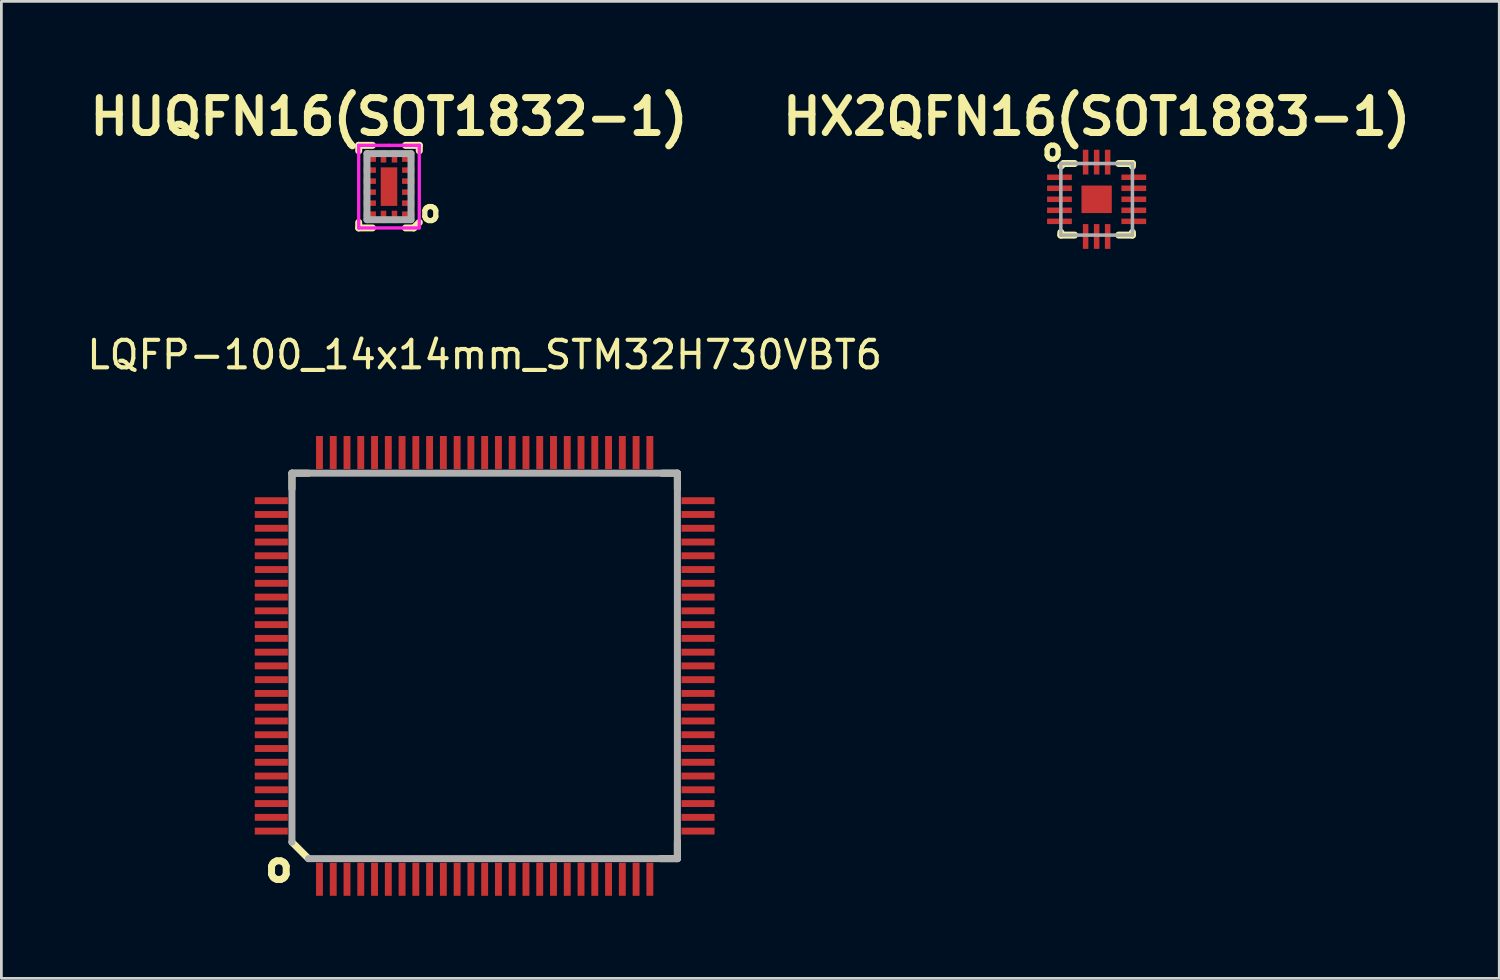
<source format=kicad_pcb>
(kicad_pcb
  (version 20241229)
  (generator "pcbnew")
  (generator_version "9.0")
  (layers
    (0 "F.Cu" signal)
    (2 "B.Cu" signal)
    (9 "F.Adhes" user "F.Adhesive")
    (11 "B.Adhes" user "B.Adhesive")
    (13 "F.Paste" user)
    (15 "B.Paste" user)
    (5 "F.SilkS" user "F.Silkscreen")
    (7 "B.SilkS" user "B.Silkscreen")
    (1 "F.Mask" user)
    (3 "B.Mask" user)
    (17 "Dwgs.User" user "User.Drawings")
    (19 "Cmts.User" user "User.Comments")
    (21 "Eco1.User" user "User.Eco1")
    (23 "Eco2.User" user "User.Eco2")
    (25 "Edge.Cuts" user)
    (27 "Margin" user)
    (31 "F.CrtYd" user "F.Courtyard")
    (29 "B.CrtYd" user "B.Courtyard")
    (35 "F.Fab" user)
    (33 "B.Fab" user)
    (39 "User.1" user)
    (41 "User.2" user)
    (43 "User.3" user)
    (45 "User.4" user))
  (footprint "HUQFN16(SOT1832-1)"
    (layer "F.Cu")
    (at 11.079 3.729)
    (property "Reference" "HUQFN16(SOT1832-1)" (at 0 -2.54 0) (layer "F.SilkS") (effects (font (size 1.27 1.27) (thickness 0.254))))
    (attr smd)
    (fp_line (start -1.1 -1.5) (end -1.1 -1.3) (stroke (width 0.254) (type solid)) (layer "F.SilkS"))
    (fp_line (start -1.1 -1.5) (end -0.6 -1.5) (stroke (width 0.254) (type solid)) (layer "F.SilkS"))
    (fp_line (start -1.1 1.3) (end -1.1 1.5) (stroke (width 0.254) (type solid)) (layer "F.SilkS"))
    (fp_line (start -1.1 1.5) (end -0.6 1.5) (stroke (width 0.254) (type solid)) (layer "F.SilkS"))
    (fp_line (start 0.6 -1.5) (end 1.1 -1.5) (stroke (width 0.254) (type solid)) (layer "F.SilkS"))
    (fp_line (start 0.6 1.5) (end 0.9 1.5) (stroke (width 0.254) (type solid)) (layer "F.SilkS"))
    (fp_line (start 0.9 1.5) (end 1.1 1.3) (stroke (width 0.254) (type solid)) (layer "F.SilkS"))
    (fp_line (start 1.1 -1.5) (end 1.1 -1.3) (stroke (width 0.254) (type solid)) (layer "F.SilkS"))
    (fp_line (start -1.1 -1.5) (end 0 -1.5) (stroke (width 0.12) (type solid)) (layer "F.CrtYd"))
    (fp_line (start -1.1 1.5) (end -1.1 -1.5) (stroke (width 0.12) (type solid)) (layer "F.CrtYd"))
    (fp_line (start 0 -1.5) (end 1.1 -1.5) (stroke (width 0.12) (type solid)) (layer "F.CrtYd"))
    (fp_line (start 1.1 -1.5) (end 1.1 1.5) (stroke (width 0.12) (type solid)) (layer "F.CrtYd"))
    (fp_line (start 1.1 1.5) (end -1.1 1.5) (stroke (width 0.12) (type solid)) (layer "F.CrtYd"))
    (fp_line (start -0.8 -1.2) (end 0.8 -1.2) (stroke (width 0.254) (type solid)) (layer "F.Fab"))
    (fp_line (start -0.8 1.2) (end -0.8 -1.2) (stroke (width 0.254) (type solid)) (layer "F.Fab"))
    (fp_line (start 0.8 -1.2) (end 0.8 1.2) (stroke (width 0.254) (type solid)) (layer "F.Fab"))
    (fp_line (start 0.8 1.2) (end -0.8 1.2) (stroke (width 0.254) (type solid)) (layer "F.Fab"))
    (fp_text user "o" (at 1.5 0.89 0) (layer "F.SilkS") (effects (font (size 0.762 0.762) (thickness 0.191))))
    (pad "" smd rect (at 0 -0.35 90) (size 0.5 0.4) (layers "F.Paste"))
    (pad "" smd rect (at 0 0.35 90) (size 0.5 0.4) (layers "F.Paste"))
    (pad "1" smd rect (at 0.7 1) (size 0.45 0.2) (layers "F.Cu" "F.Mask" "F.Paste"))
    (pad "2" smd rect (at 0.7 0.6) (size 0.45 0.2) (layers "F.Cu" "F.Mask" "F.Paste"))
    (pad "3" smd rect (at 0.7 0.2) (size 0.45 0.2) (layers "F.Cu" "F.Mask" "F.Paste"))
    (pad "4" smd rect (at 0.7 -0.2) (size 0.45 0.2) (layers "F.Cu" "F.Mask" "F.Paste"))
    (pad "5" smd rect (at 0.7 -0.6) (size 0.45 0.2) (layers "F.Cu" "F.Mask" "F.Paste"))
    (pad "6" smd rect (at 0.7 -1) (size 0.45 0.2) (layers "F.Cu" "F.Mask" "F.Paste"))
    (pad "7" smd rect (at 0.2 -1.1 90) (size 0.45 0.2) (layers "F.Cu" "F.Mask" "F.Paste"))
    (pad "8" smd rect (at -0.2 -1.1 90) (size 0.45 0.2) (layers "F.Cu" "F.Mask" "F.Paste"))
    (pad "9" smd rect (at -0.7 -1) (size 0.45 0.2) (layers "F.Cu" "F.Mask" "F.Paste"))
    (pad "10" smd rect (at -0.7 -0.6) (size 0.45 0.2) (layers "F.Cu" "F.Mask" "F.Paste"))
    (pad "11" smd rect (at -0.7 -0.2) (size 0.45 0.2) (layers "F.Cu" "F.Mask" "F.Paste"))
    (pad "12" smd rect (at -0.7 0.2) (size 0.45 0.2) (layers "F.Cu" "F.Mask" "F.Paste"))
    (pad "13" smd rect (at -0.7 0.6) (size 0.45 0.2) (layers "F.Cu" "F.Mask" "F.Paste"))
    (pad "14" smd rect (at -0.7 1) (size 0.45 0.2) (layers "F.Cu" "F.Mask" "F.Paste"))
    (pad "15" smd rect (at -0.2 1.1 90) (size 0.45 0.2) (layers "F.Cu" "F.Mask" "F.Paste"))
    (pad "16" smd rect (at 0.2 1.1 90) (size 0.45 0.2) (layers "F.Cu" "F.Mask" "F.Paste"))
    (pad "17" smd rect (at 0 0 90) (size 1.4 0.6) (layers "F.Cu" "F.Mask")))
  (footprint "HX2QFN16(SOT1883-1)"
    (layer "F.Cu")
    (at 36.782 4.189)
    (property "Reference" "HX2QFN16(SOT1883-1)" (at 0 -3 0) (layer "F.SilkS") (effects (font (size 1.27 1.27) (thickness 0.254))))
    (attr smd)
    (fp_line (start -1.3 -1.2) (end -1.2 -1.3) (stroke (width 0.254) (type solid)) (layer "F.SilkS"))
    (fp_line (start -1.3 1.2) (end -1.3 1.3) (stroke (width 0.254) (type solid)) (layer "F.SilkS"))
    (fp_line (start -1.3 1.3) (end -0.8 1.3) (stroke (width 0.254) (type solid)) (layer "F.SilkS"))
    (fp_line (start -1.2 -1.3) (end -0.8 -1.3) (stroke (width 0.254) (type solid)) (layer "F.SilkS"))
    (fp_line (start 0.8 1.3) (end 1.3 1.3) (stroke (width 0.254) (type solid)) (layer "F.SilkS"))
    (fp_line (start 1.3 -1.3) (end 0.8 -1.3) (stroke (width 0.254) (type solid)) (layer "F.SilkS"))
    (fp_line (start 1.3 -1.2) (end 1.3 -1.3) (stroke (width 0.254) (type solid)) (layer "F.SilkS"))
    (fp_line (start 1.3 1.3) (end 1.3 1.2) (stroke (width 0.254) (type solid)) (layer "F.SilkS"))
    (fp_line (start -1.3 -1.3) (end 1.3 -1.3) (stroke (width 0.127) (type solid)) (layer "F.Fab"))
    (fp_line (start -1.3 1.3) (end -1.3 -1.3) (stroke (width 0.127) (type solid)) (layer "F.Fab"))
    (fp_line (start 1.3 -1.3) (end 1.3 1.3) (stroke (width 0.127) (type solid)) (layer "F.Fab"))
    (fp_line (start 1.3 1.3) (end -1.3 1.3) (stroke (width 0.127) (type solid)) (layer "F.Fab"))
    (fp_text user "o" (at -1.6 -1.8 0) (layer "F.SilkS") (effects (font (size 0.762 0.762) (thickness 0.191))))
    (pad "1" smd rect (at -1.35 -0.8) (size 0.9 0.2) (layers "F.Cu" "F.Mask" "F.Paste"))
    (pad "2" smd rect (at -1.35 -0.4) (size 0.9 0.2) (layers "F.Cu" "F.Mask" "F.Paste"))
    (pad "3" smd rect (at -1.35 0) (size 0.9 0.2) (layers "F.Cu" "F.Mask" "F.Paste"))
    (pad "4" smd rect (at -1.35 0.4) (size 0.9 0.2) (layers "F.Cu" "F.Mask" "F.Paste"))
    (pad "5" smd rect (at -1.35 0.8) (size 0.9 0.2) (layers "F.Cu" "F.Mask" "F.Paste"))
    (pad "6" smd rect (at -0.4 1.35 90) (size 0.9 0.2) (layers "F.Cu" "F.Mask" "F.Paste"))
    (pad "7" smd rect (at 0 1.35 90) (size 0.9 0.2) (layers "F.Cu" "F.Mask" "F.Paste"))
    (pad "8" smd rect (at 0.4 1.35 90) (size 0.9 0.2) (layers "F.Cu" "F.Mask" "F.Paste"))
    (pad "9" smd rect (at 1.35 0.8) (size 0.9 0.2) (layers "F.Cu" "F.Mask" "F.Paste"))
    (pad "10" smd rect (at 1.35 0.4) (size 0.9 0.2) (layers "F.Cu" "F.Mask" "F.Paste"))
    (pad "11" smd rect (at 1.35 0) (size 0.9 0.2) (layers "F.Cu" "F.Mask" "F.Paste"))
    (pad "12" smd rect (at 1.35 -0.4) (size 0.9 0.2) (layers "F.Cu" "F.Mask" "F.Paste"))
    (pad "13" smd rect (at 1.35 -0.8) (size 0.9 0.2) (layers "F.Cu" "F.Mask" "F.Paste"))
    (pad "14" smd rect (at 0.4 -1.35 90) (size 0.9 0.2) (layers "F.Cu" "F.Mask" "F.Paste"))
    (pad "15" smd rect (at 0 -1.35 90) (size 0.9 0.2) (layers "F.Cu" "F.Mask" "F.Paste"))
    (pad "16" smd rect (at -0.4 -1.35 90) (size 0.9 0.2) (layers "F.Cu" "F.Mask" "F.Paste"))
    (pad "17" smd rect (at 0 0) (size 1.1 1) (layers "F.Cu" "F.Mask" "F.Paste")))
  (footprint "LQFP-100_14x14mm_STM32H730VBT6"
    (layer "F.Cu")
    (at 14.554 21.137)
    (property "Reference" "LQFP-100_14x14mm_STM32H730VBT6" (at 0 -11.3 0) (layer "F.SilkS") (effects (font (size 1 1) (thickness 0.15))))
    (attr smd)
    (fp_line (start -7 -7) (end -6.4 -7) (stroke (width 0.254) (type solid)) (layer "F.SilkS"))
    (fp_line (start -7 -6.43) (end -7 -7) (stroke (width 0.254) (type solid)) (layer "F.SilkS"))
    (fp_line (start -6.4 7) (end -7 6.4) (stroke (width 0.254) (type solid)) (layer "F.SilkS"))
    (fp_line (start 7 -7) (end 6.44 -7) (stroke (width 0.254) (type solid)) (layer "F.SilkS"))
    (fp_line (start 7 -6.42) (end 7 -7) (stroke (width 0.254) (type solid)) (layer "F.SilkS"))
    (fp_line (start 7 6.37) (end 7 7) (stroke (width 0.254) (type solid)) (layer "F.SilkS"))
    (fp_line (start 7 7) (end 6.4 7) (stroke (width 0.254) (type solid)) (layer "F.SilkS"))
    (fp_line (start -7 -7) (end 7 -7) (stroke (width 0.254) (type solid)) (layer "F.Fab"))
    (fp_line (start -7 6.4) (end -7 -7) (stroke (width 0.254) (type solid)) (layer "F.Fab"))
    (fp_line (start 7 -7) (end 7 7) (stroke (width 0.254) (type solid)) (layer "F.Fab"))
    (fp_line (start 7 7) (end -6.4 7) (stroke (width 0.254) (type solid)) (layer "F.Fab"))
    (fp_text user "o" (at -7.475 7.3 0) (layer "F.SilkS") (effects (font (size 1.016 1.016) (thickness 0.254))))
    (pad "1" smd rect (at -6 7.75) (size 0.25 1.2) (layers "F.Cu" "F.Mask" "F.Paste"))
    (pad "2" smd rect (at -5.5 7.75) (size 0.25 1.2) (layers "F.Cu" "F.Mask" "F.Paste"))
    (pad "3" smd rect (at -5 7.75) (size 0.25 1.2) (layers "F.Cu" "F.Mask" "F.Paste"))
    (pad "4" smd rect (at -4.5 7.75) (size 0.25 1.2) (layers "F.Cu" "F.Mask" "F.Paste"))
    (pad "5" smd rect (at -4 7.75) (size 0.25 1.2) (layers "F.Cu" "F.Mask" "F.Paste"))
    (pad "6" smd rect (at -3.5 7.75) (size 0.25 1.2) (layers "F.Cu" "F.Mask" "F.Paste"))
    (pad "7" smd rect (at -3 7.75) (size 0.25 1.2) (layers "F.Cu" "F.Mask" "F.Paste"))
    (pad "8" smd rect (at -2.5 7.75) (size 0.25 1.2) (layers "F.Cu" "F.Mask" "F.Paste"))
    (pad "9" smd rect (at -2 7.75) (size 0.25 1.2) (layers "F.Cu" "F.Mask" "F.Paste"))
    (pad "10" smd rect (at -1.5 7.75) (size 0.25 1.2) (layers "F.Cu" "F.Mask" "F.Paste"))
    (pad "11" smd rect (at -1 7.75) (size 0.25 1.2) (layers "F.Cu" "F.Mask" "F.Paste"))
    (pad "12" smd rect (at -0.5 7.75) (size 0.25 1.2) (layers "F.Cu" "F.Mask" "F.Paste"))
    (pad "13" smd rect (at 0 7.75) (size 0.25 1.2) (layers "F.Cu" "F.Mask" "F.Paste"))
    (pad "14" smd rect (at 0.5 7.75) (size 0.25 1.2) (layers "F.Cu" "F.Mask" "F.Paste"))
    (pad "15" smd rect (at 1 7.75) (size 0.25 1.2) (layers "F.Cu" "F.Mask" "F.Paste"))
    (pad "16" smd rect (at 1.5 7.75) (size 0.25 1.2) (layers "F.Cu" "F.Mask" "F.Paste"))
    (pad "17" smd rect (at 2 7.75) (size 0.25 1.2) (layers "F.Cu" "F.Mask" "F.Paste"))
    (pad "18" smd rect (at 2.5 7.75) (size 0.25 1.2) (layers "F.Cu" "F.Mask" "F.Paste"))
    (pad "19" smd rect (at 3 7.75) (size 0.25 1.2) (layers "F.Cu" "F.Mask" "F.Paste"))
    (pad "20" smd rect (at 3.5 7.75) (size 0.25 1.2) (layers "F.Cu" "F.Mask" "F.Paste"))
    (pad "21" smd rect (at 4 7.75) (size 0.25 1.2) (layers "F.Cu" "F.Mask" "F.Paste"))
    (pad "22" smd rect (at 4.5 7.75) (size 0.25 1.2) (layers "F.Cu" "F.Mask" "F.Paste"))
    (pad "23" smd rect (at 5 7.75) (size 0.25 1.2) (layers "F.Cu" "F.Mask" "F.Paste"))
    (pad "24" smd rect (at 5.5 7.75) (size 0.25 1.2) (layers "F.Cu" "F.Mask" "F.Paste"))
    (pad "25" smd rect (at 6 7.75) (size 0.25 1.2) (layers "F.Cu" "F.Mask" "F.Paste"))
    (pad "26" smd rect (at 7.75 6 90) (size 0.25 1.2) (layers "F.Cu" "F.Mask" "F.Paste"))
    (pad "27" smd rect (at 7.75 5.5 90) (size 0.25 1.2) (layers "F.Cu" "F.Mask" "F.Paste"))
    (pad "28" smd rect (at 7.75 5 90) (size 0.25 1.2) (layers "F.Cu" "F.Mask" "F.Paste"))
    (pad "29" smd rect (at 7.75 4.5 90) (size 0.25 1.2) (layers "F.Cu" "F.Mask" "F.Paste"))
    (pad "30" smd rect (at 7.75 4 90) (size 0.25 1.2) (layers "F.Cu" "F.Mask" "F.Paste"))
    (pad "31" smd rect (at 7.75 3.5 90) (size 0.25 1.2) (layers "F.Cu" "F.Mask" "F.Paste"))
    (pad "32" smd rect (at 7.75 3 90) (size 0.25 1.2) (layers "F.Cu" "F.Mask" "F.Paste"))
    (pad "33" smd rect (at 7.75 2.5 90) (size 0.25 1.2) (layers "F.Cu" "F.Mask" "F.Paste"))
    (pad "34" smd rect (at 7.75 2 90) (size 0.25 1.2) (layers "F.Cu" "F.Mask" "F.Paste"))
    (pad "35" smd rect (at 7.75 1.5 90) (size 0.25 1.2) (layers "F.Cu" "F.Mask" "F.Paste"))
    (pad "36" smd rect (at 7.75 1 90) (size 0.25 1.2) (layers "F.Cu" "F.Mask" "F.Paste"))
    (pad "37" smd rect (at 7.75 0.5 90) (size 0.25 1.2) (layers "F.Cu" "F.Mask" "F.Paste"))
    (pad "38" smd rect (at 7.75 0 90) (size 0.25 1.2) (layers "F.Cu" "F.Mask" "F.Paste"))
    (pad "39" smd rect (at 7.75 -0.5 90) (size 0.25 1.2) (layers "F.Cu" "F.Mask" "F.Paste"))
    (pad "40" smd rect (at 7.75 -1 90) (size 0.25 1.2) (layers "F.Cu" "F.Mask" "F.Paste"))
    (pad "41" smd rect (at 7.75 -1.5 90) (size 0.25 1.2) (layers "F.Cu" "F.Mask" "F.Paste"))
    (pad "42" smd rect (at 7.75 -2 90) (size 0.25 1.2) (layers "F.Cu" "F.Mask" "F.Paste"))
    (pad "43" smd rect (at 7.75 -2.5 90) (size 0.25 1.2) (layers "F.Cu" "F.Mask" "F.Paste"))
    (pad "44" smd rect (at 7.75 -3 90) (size 0.25 1.2) (layers "F.Cu" "F.Mask" "F.Paste"))
    (pad "45" smd rect (at 7.75 -3.5 90) (size 0.25 1.2) (layers "F.Cu" "F.Mask" "F.Paste"))
    (pad "46" smd rect (at 7.75 -4 90) (size 0.25 1.2) (layers "F.Cu" "F.Mask" "F.Paste"))
    (pad "47" smd rect (at 7.75 -4.5 90) (size 0.25 1.2) (layers "F.Cu" "F.Mask" "F.Paste"))
    (pad "48" smd rect (at 7.75 -5 90) (size 0.25 1.2) (layers "F.Cu" "F.Mask" "F.Paste"))
    (pad "49" smd rect (at 7.75 -5.5 90) (size 0.25 1.2) (layers "F.Cu" "F.Mask" "F.Paste"))
    (pad "50" smd rect (at 7.75 -6 90) (size 0.25 1.2) (layers "F.Cu" "F.Mask" "F.Paste"))
    (pad "51" smd rect (at 6 -7.75 180) (size 0.25 1.2) (layers "F.Cu" "F.Mask" "F.Paste"))
    (pad "52" smd rect (at 5.5 -7.75 180) (size 0.25 1.2) (layers "F.Cu" "F.Mask" "F.Paste"))
    (pad "53" smd rect (at 5 -7.75 180) (size 0.25 1.2) (layers "F.Cu" "F.Mask" "F.Paste"))
    (pad "54" smd rect (at 4.5 -7.75 180) (size 0.25 1.2) (layers "F.Cu" "F.Mask" "F.Paste"))
    (pad "55" smd rect (at 4 -7.75 180) (size 0.25 1.2) (layers "F.Cu" "F.Mask" "F.Paste"))
    (pad "56" smd rect (at 3.5 -7.75 180) (size 0.25 1.2) (layers "F.Cu" "F.Mask" "F.Paste"))
    (pad "57" smd rect (at 3 -7.75 180) (size 0.25 1.2) (layers "F.Cu" "F.Mask" "F.Paste"))
    (pad "58" smd rect (at 2.5 -7.75 180) (size 0.25 1.2) (layers "F.Cu" "F.Mask" "F.Paste"))
    (pad "59" smd rect (at 2 -7.75 180) (size 0.25 1.2) (layers "F.Cu" "F.Mask" "F.Paste"))
    (pad "60" smd rect (at 1.5 -7.75 180) (size 0.25 1.2) (layers "F.Cu" "F.Mask" "F.Paste"))
    (pad "61" smd rect (at 1 -7.75 180) (size 0.25 1.2) (layers "F.Cu" "F.Mask" "F.Paste"))
    (pad "62" smd rect (at 0.5 -7.75 180) (size 0.25 1.2) (layers "F.Cu" "F.Mask" "F.Paste"))
    (pad "63" smd rect (at 0 -7.75) (size 0.25 1.2) (layers "F.Cu" "F.Mask" "F.Paste"))
    (pad "64" smd rect (at -0.5 -7.75 180) (size 0.25 1.2) (layers "F.Cu" "F.Mask" "F.Paste"))
    (pad "65" smd rect (at -1 -7.75 180) (size 0.25 1.2) (layers "F.Cu" "F.Mask" "F.Paste"))
    (pad "66" smd rect (at -1.5 -7.75 180) (size 0.25 1.2) (layers "F.Cu" "F.Mask" "F.Paste"))
    (pad "67" smd rect (at -2 -7.75 180) (size 0.25 1.2) (layers "F.Cu" "F.Mask" "F.Paste"))
    (pad "68" smd rect (at -2.5 -7.75 180) (size 0.25 1.2) (layers "F.Cu" "F.Mask" "F.Paste"))
    (pad "69" smd rect (at -3 -7.75 180) (size 0.25 1.2) (layers "F.Cu" "F.Mask" "F.Paste"))
    (pad "70" smd rect (at -3.5 -7.75 180) (size 0.25 1.2) (layers "F.Cu" "F.Mask" "F.Paste"))
    (pad "71" smd rect (at -4 -7.75 180) (size 0.25 1.2) (layers "F.Cu" "F.Mask" "F.Paste"))
    (pad "72" smd rect (at -4.5 -7.75 180) (size 0.25 1.2) (layers "F.Cu" "F.Mask" "F.Paste"))
    (pad "73" smd rect (at -5 -7.75 180) (size 0.25 1.2) (layers "F.Cu" "F.Mask" "F.Paste"))
    (pad "74" smd rect (at -5.5 -7.75 180) (size 0.25 1.2) (layers "F.Cu" "F.Mask" "F.Paste"))
    (pad "75" smd rect (at -6 -7.75 180) (size 0.25 1.2) (layers "F.Cu" "F.Mask" "F.Paste"))
    (pad "76" smd rect (at -7.75 -6 90) (size 0.25 1.2) (layers "F.Cu" "F.Mask" "F.Paste"))
    (pad "77" smd rect (at -7.75 -5.5 90) (size 0.25 1.2) (layers "F.Cu" "F.Mask" "F.Paste"))
    (pad "78" smd rect (at -7.75 -5 90) (size 0.25 1.2) (layers "F.Cu" "F.Mask" "F.Paste"))
    (pad "79" smd rect (at -7.75 -4.5 90) (size 0.25 1.2) (layers "F.Cu" "F.Mask" "F.Paste"))
    (pad "80" smd rect (at -7.75 -4 90) (size 0.25 1.2) (layers "F.Cu" "F.Mask" "F.Paste"))
    (pad "81" smd rect (at -7.75 -3.5 90) (size 0.25 1.2) (layers "F.Cu" "F.Mask" "F.Paste"))
    (pad "82" smd rect (at -7.75 -3 90) (size 0.25 1.2) (layers "F.Cu" "F.Mask" "F.Paste"))
    (pad "83" smd rect (at -7.75 -2.5 90) (size 0.25 1.2) (layers "F.Cu" "F.Mask" "F.Paste"))
    (pad "84" smd rect (at -7.75 -2 90) (size 0.25 1.2) (layers "F.Cu" "F.Mask" "F.Paste"))
    (pad "85" smd rect (at -7.75 -1.5 90) (size 0.25 1.2) (layers "F.Cu" "F.Mask" "F.Paste"))
    (pad "86" smd rect (at -7.75 -1 90) (size 0.25 1.2) (layers "F.Cu" "F.Mask" "F.Paste"))
    (pad "87" smd rect (at -7.75 -0.5 90) (size 0.25 1.2) (layers "F.Cu" "F.Mask" "F.Paste"))
    (pad "88" smd rect (at -7.75 0 90) (size 0.25 1.2) (layers "F.Cu" "F.Mask" "F.Paste"))
    (pad "89" smd rect (at -7.75 0.5 90) (size 0.25 1.2) (layers "F.Cu" "F.Mask" "F.Paste"))
    (pad "90" smd rect (at -7.75 1 90) (size 0.25 1.2) (layers "F.Cu" "F.Mask" "F.Paste"))
    (pad "91" smd rect (at -7.75 1.5 90) (size 0.25 1.2) (layers "F.Cu" "F.Mask" "F.Paste"))
    (pad "92" smd rect (at -7.75 2 90) (size 0.25 1.2) (layers "F.Cu" "F.Mask" "F.Paste"))
    (pad "93" smd rect (at -7.75 2.5 90) (size 0.25 1.2) (layers "F.Cu" "F.Mask" "F.Paste"))
    (pad "94" smd rect (at -7.75 3 90) (size 0.25 1.2) (layers "F.Cu" "F.Mask" "F.Paste"))
    (pad "95" smd rect (at -7.75 3.5 90) (size 0.25 1.2) (layers "F.Cu" "F.Mask" "F.Paste"))
    (pad "96" smd rect (at -7.75 4 90) (size 0.25 1.2) (layers "F.Cu" "F.Mask" "F.Paste"))
    (pad "97" smd rect (at -7.75 4.5 90) (size 0.25 1.2) (layers "F.Cu" "F.Mask" "F.Paste"))
    (pad "98" smd rect (at -7.75 5 90) (size 0.25 1.2) (layers "F.Cu" "F.Mask" "F.Paste"))
    (pad "99" smd rect (at -7.75 5.5 90) (size 0.25 1.2) (layers "F.Cu" "F.Mask" "F.Paste"))
    (pad "100" smd rect (at -7.75 6 90) (size 0.25 1.2) (layers "F.Cu" "F.Mask" "F.Paste")))
  (gr_rect
    (start -3 -3)
    (end 51.406 32.487)
    (stroke (width 0.1) (type default))
    (fill no)
    (layer "Edge.Cuts")))
</source>
